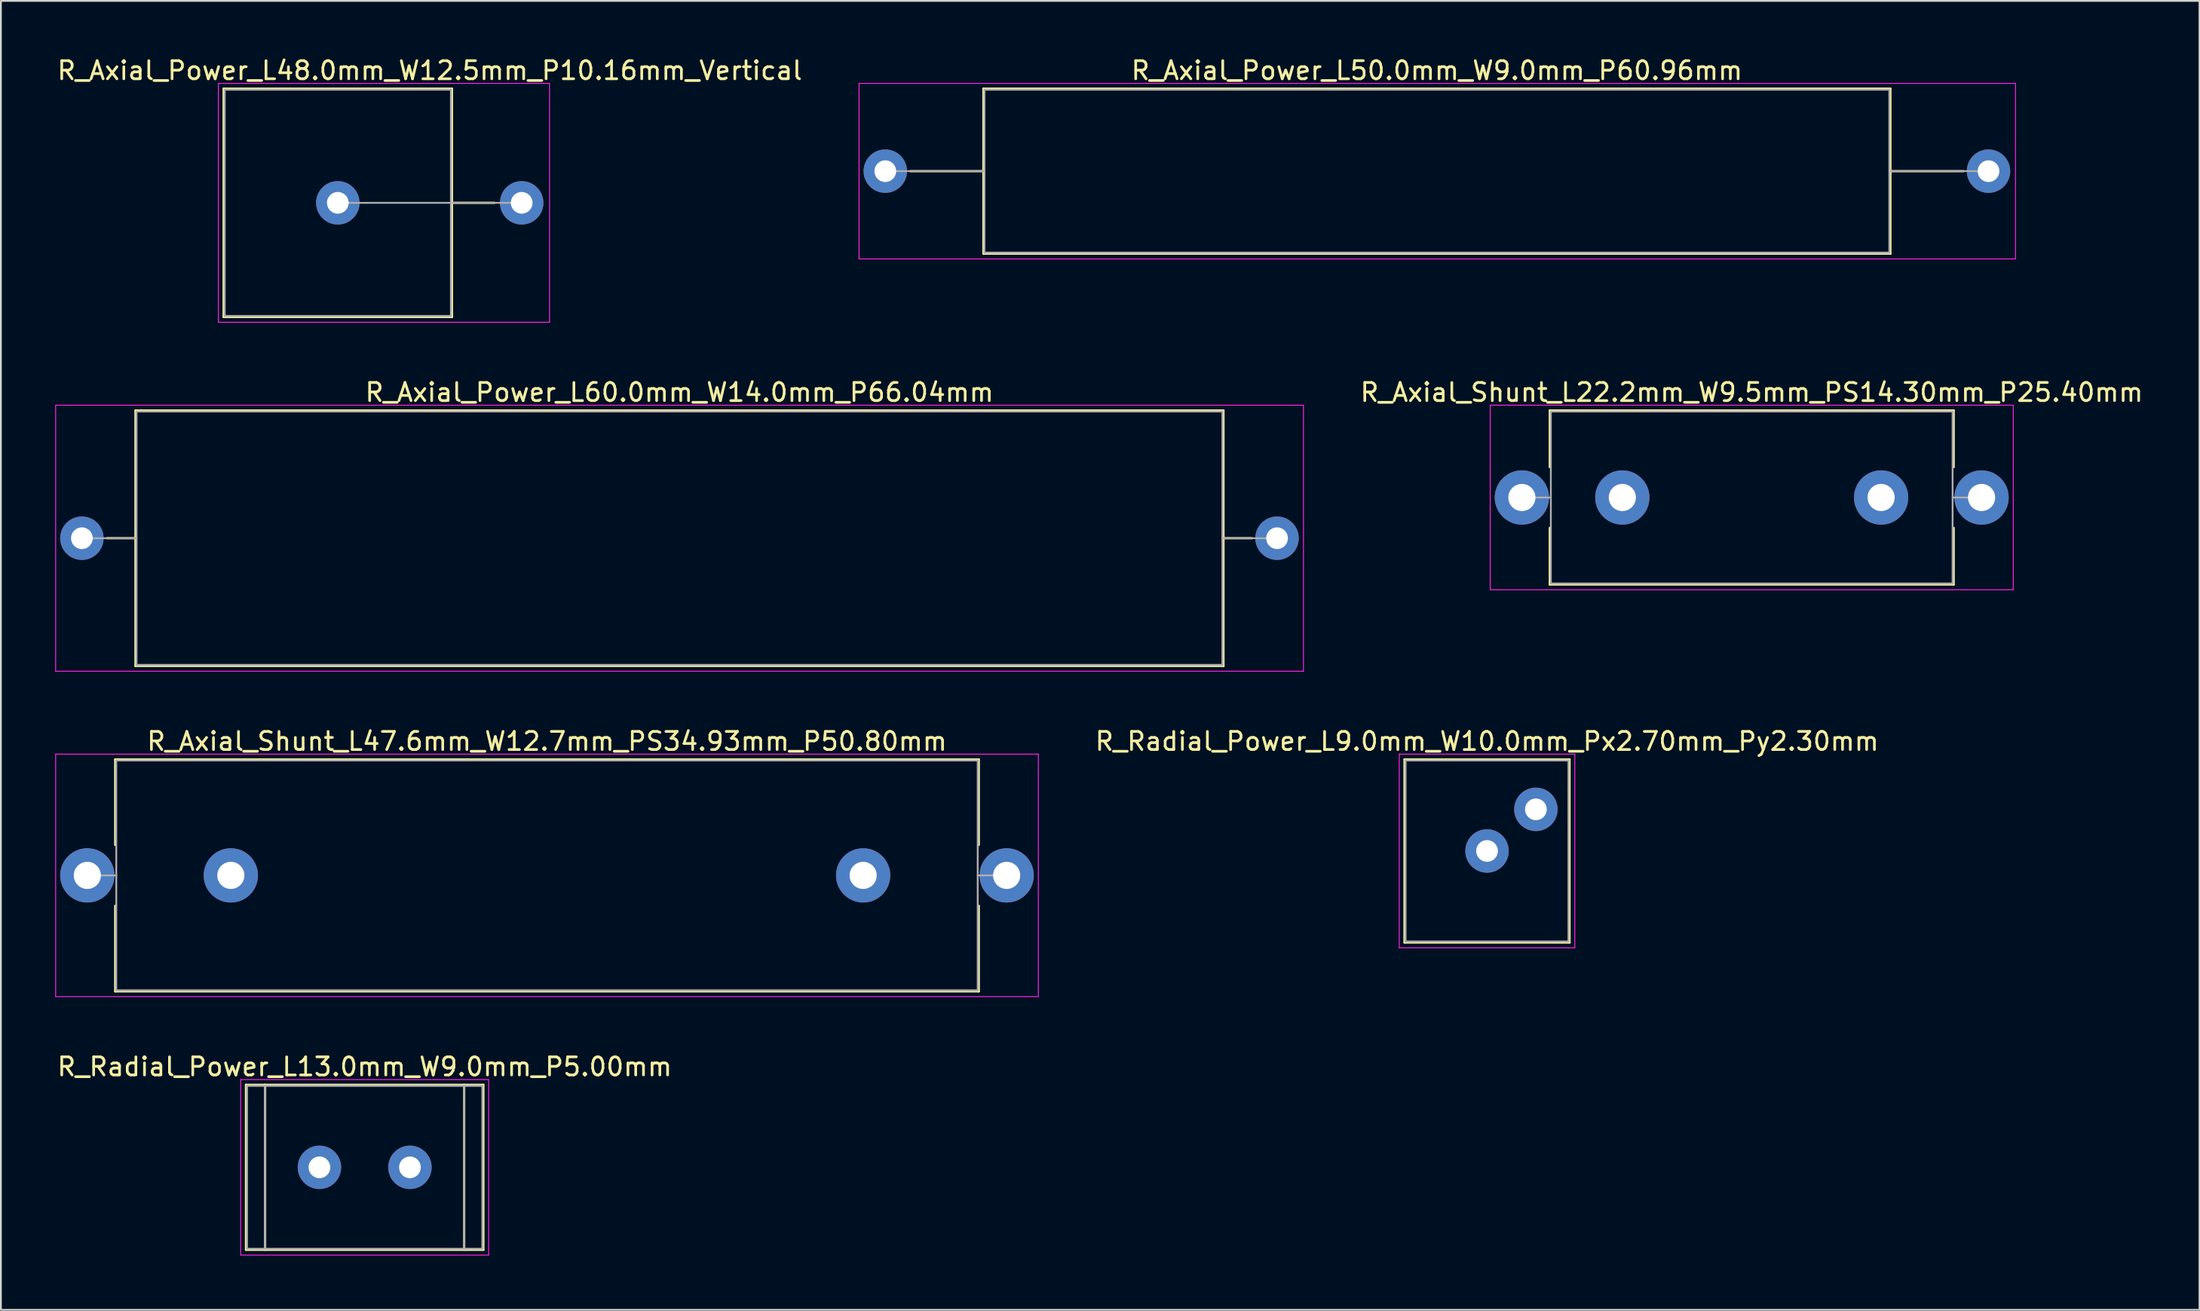
<source format=kicad_pcb>
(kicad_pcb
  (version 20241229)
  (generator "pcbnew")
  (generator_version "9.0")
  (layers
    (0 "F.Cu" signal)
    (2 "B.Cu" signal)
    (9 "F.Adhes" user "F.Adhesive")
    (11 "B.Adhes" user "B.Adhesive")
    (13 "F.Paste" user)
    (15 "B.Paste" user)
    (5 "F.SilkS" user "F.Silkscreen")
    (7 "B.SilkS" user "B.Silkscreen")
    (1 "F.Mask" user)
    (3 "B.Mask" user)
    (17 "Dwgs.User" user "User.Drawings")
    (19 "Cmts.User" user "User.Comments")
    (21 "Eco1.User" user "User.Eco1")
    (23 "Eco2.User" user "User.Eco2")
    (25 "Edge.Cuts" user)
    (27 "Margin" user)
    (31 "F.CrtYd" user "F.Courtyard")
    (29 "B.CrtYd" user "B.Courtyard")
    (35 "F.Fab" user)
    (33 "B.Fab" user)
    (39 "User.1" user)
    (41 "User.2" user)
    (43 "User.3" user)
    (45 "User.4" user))
  (footprint "R_Axial_Power_L48.0mm_W12.5mm_P10.16mm_Vertical"
    (layer "F.Cu")
    (at 15.616 8.158)
    (property "Reference" "R_Axial_Power_L48.0mm_W12.5mm_P10.16mm_Vertical" (at 5.08 -7.31 0) (layer "F.SilkS") (effects (font (size 1 1) (thickness 0.15))))
    (attr through_hole)
    (fp_line (start -6.31 -6.31) (end -6.31 6.31) (stroke (width 0.12) (type solid)) (layer "F.SilkS"))
    (fp_line (start -6.31 6.31) (end 6.31 6.31) (stroke (width 0.12) (type solid)) (layer "F.SilkS"))
    (fp_line (start 6.31 -6.31) (end -6.31 -6.31) (stroke (width 0.12) (type solid)) (layer "F.SilkS"))
    (fp_line (start 6.31 0) (end 8.66 0) (stroke (width 0.12) (type solid)) (layer "F.SilkS"))
    (fp_line (start 6.31 6.31) (end 6.31 -6.31) (stroke (width 0.12) (type solid)) (layer "F.SilkS"))
    (fp_line (start -6.6 -6.6) (end -6.6 6.6) (stroke (width 0.05) (type solid)) (layer "F.CrtYd"))
    (fp_line (start -6.6 6.6) (end 11.7 6.6) (stroke (width 0.05) (type solid)) (layer "F.CrtYd"))
    (fp_line (start 11.7 -6.6) (end -6.6 -6.6) (stroke (width 0.05) (type solid)) (layer "F.CrtYd"))
    (fp_line (start 11.7 6.6) (end 11.7 -6.6) (stroke (width 0.05) (type solid)) (layer "F.CrtYd"))
    (fp_line (start -6.25 -6.25) (end -6.25 6.25) (stroke (width 0.1) (type solid)) (layer "F.Fab"))
    (fp_line (start -6.25 6.25) (end 6.25 6.25) (stroke (width 0.1) (type solid)) (layer "F.Fab"))
    (fp_line (start 0 0) (end 10.16 0) (stroke (width 0.1) (type solid)) (layer "F.Fab"))
    (fp_line (start 6.25 -6.25) (end -6.25 -6.25) (stroke (width 0.1) (type solid)) (layer "F.Fab"))
    (fp_line (start 6.25 6.25) (end 6.25 -6.25) (stroke (width 0.1) (type solid)) (layer "F.Fab"))
    (pad "1" thru_hole circle (at 0 0) (size 2.4 2.4) (drill 1.2) (layers "*.Cu" "*.Mask"))
    (pad "2" thru_hole oval (at 10.16 0) (size 2.4 2.4) (drill 1.2) (layers "*.Cu" "*.Mask")))
  (footprint "R_Axial_Shunt_L22.2mm_W9.5mm_PS14.30mm_P25.40mm"
    (layer "F.Cu")
    (at 81.044 24.442)
    (property "Reference" "R_Axial_Shunt_L22.2mm_W9.5mm_PS14.30mm_P25.40mm" (at 12.7 -5.81 0) (layer "F.SilkS") (effects (font (size 1 1) (thickness 0.15))))
    (attr through_hole)
    (fp_line (start 1.54 -4.81) (end 23.86 -4.81) (stroke (width 0.12) (type solid)) (layer "F.SilkS"))
    (fp_line (start 1.54 -1.68) (end 1.54 -4.81) (stroke (width 0.12) (type solid)) (layer "F.SilkS"))
    (fp_line (start 1.54 1.68) (end 1.54 4.81) (stroke (width 0.12) (type solid)) (layer "F.SilkS"))
    (fp_line (start 1.54 4.81) (end 23.86 4.81) (stroke (width 0.12) (type solid)) (layer "F.SilkS"))
    (fp_line (start 23.86 -4.81) (end 23.86 -1.68) (stroke (width 0.12) (type solid)) (layer "F.SilkS"))
    (fp_line (start 23.86 4.81) (end 23.86 1.68) (stroke (width 0.12) (type solid)) (layer "F.SilkS"))
    (fp_line (start -1.75 -5.1) (end -1.75 5.1) (stroke (width 0.05) (type solid)) (layer "F.CrtYd"))
    (fp_line (start -1.75 5.1) (end 27.15 5.1) (stroke (width 0.05) (type solid)) (layer "F.CrtYd"))
    (fp_line (start 27.15 -5.1) (end -1.75 -5.1) (stroke (width 0.05) (type solid)) (layer "F.CrtYd"))
    (fp_line (start 27.15 5.1) (end 27.15 -5.1) (stroke (width 0.05) (type solid)) (layer "F.CrtYd"))
    (fp_line (start 0 0) (end 1.6 0) (stroke (width 0.1) (type solid)) (layer "F.Fab"))
    (fp_line (start 1.6 -4.75) (end 1.6 4.75) (stroke (width 0.1) (type solid)) (layer "F.Fab"))
    (fp_line (start 1.6 4.75) (end 23.8 4.75) (stroke (width 0.1) (type solid)) (layer "F.Fab"))
    (fp_line (start 23.8 -4.75) (end 1.6 -4.75) (stroke (width 0.1) (type solid)) (layer "F.Fab"))
    (fp_line (start 23.8 4.75) (end 23.8 -4.75) (stroke (width 0.1) (type solid)) (layer "F.Fab"))
    (fp_line (start 25.4 0) (end 23.8 0) (stroke (width 0.1) (type solid)) (layer "F.Fab"))
    (pad "1" thru_hole circle (at 0 0) (size 3 3) (drill 1.5) (layers "*.Cu" "*.Mask"))
    (pad "2" thru_hole oval (at 5.55 0) (size 3 3) (drill 1.5) (layers "*.Cu" "*.Mask"))
    (pad "3" thru_hole oval (at 19.85 0) (size 3 3) (drill 1.5) (layers "*.Cu" "*.Mask"))
    (pad "4" thru_hole oval (at 25.4 0) (size 3 3) (drill 1.5) (layers "*.Cu" "*.Mask")))
  (footprint "R_Radial_Power_L9.0mm_W10.0mm_Px2.70mm_Py2.30mm"
    (layer "F.Cu")
    (at 79.118 43.975)
    (property "Reference" "R_Radial_Power_L9.0mm_W10.0mm_Px2.70mm_Py2.30mm" (at 0 -6.06 0) (layer "F.SilkS") (effects (font (size 1 1) (thickness 0.15))))
    (attr through_hole)
    (fp_line (start -4.56 -5.06) (end -4.56 5.06) (stroke (width 0.12) (type solid)) (layer "F.SilkS"))
    (fp_line (start -4.56 -5.06) (end 4.56 -5.06) (stroke (width 0.12) (type solid)) (layer "F.SilkS"))
    (fp_line (start -4.56 5.06) (end 4.56 5.06) (stroke (width 0.12) (type solid)) (layer "F.SilkS"))
    (fp_line (start 4.56 -5.06) (end 4.56 5.06) (stroke (width 0.12) (type solid)) (layer "F.SilkS"))
    (fp_line (start -4.85 -5.35) (end -4.85 5.35) (stroke (width 0.05) (type solid)) (layer "F.CrtYd"))
    (fp_line (start -4.85 5.35) (end 4.85 5.35) (stroke (width 0.05) (type solid)) (layer "F.CrtYd"))
    (fp_line (start 4.85 -5.35) (end -4.85 -5.35) (stroke (width 0.05) (type solid)) (layer "F.CrtYd"))
    (fp_line (start 4.85 5.35) (end 4.85 -5.35) (stroke (width 0.05) (type solid)) (layer "F.CrtYd"))
    (fp_line (start -4.5 -5) (end -4.5 5) (stroke (width 0.1) (type solid)) (layer "F.Fab"))
    (fp_line (start -4.5 5) (end 4.5 5) (stroke (width 0.1) (type solid)) (layer "F.Fab"))
    (fp_line (start 4.5 -5) (end -4.5 -5) (stroke (width 0.1) (type solid)) (layer "F.Fab"))
    (fp_line (start 4.5 5) (end 4.5 -5) (stroke (width 0.1) (type solid)) (layer "F.Fab"))
    (pad "1" thru_hole circle (at 0 0) (size 2.4 2.4) (drill 1.2) (layers "*.Cu" "*.Mask"))
    (pad "2" thru_hole circle (at 2.7 -2.3) (size 2.4 2.4) (drill 1.2) (layers "*.Cu" "*.Mask")))
  (footprint "R_Axial_Power_L60.0mm_W14.0mm_P66.04mm"
    (layer "F.Cu")
    (at 1.475 26.692)
    (property "Reference" "R_Axial_Power_L60.0mm_W14.0mm_P66.04mm" (at 33.02 -8.06 0) (layer "F.SilkS") (effects (font (size 1 1) (thickness 0.15))))
    (attr through_hole)
    (fp_line (start 1.38 0) (end 2.96 0) (stroke (width 0.12) (type solid)) (layer "F.SilkS"))
    (fp_line (start 2.96 -7.06) (end 2.96 7.06) (stroke (width 0.12) (type solid)) (layer "F.SilkS"))
    (fp_line (start 2.96 7.06) (end 63.08 7.06) (stroke (width 0.12) (type solid)) (layer "F.SilkS"))
    (fp_line (start 63.08 -7.06) (end 2.96 -7.06) (stroke (width 0.12) (type solid)) (layer "F.SilkS"))
    (fp_line (start 63.08 7.06) (end 63.08 -7.06) (stroke (width 0.12) (type solid)) (layer "F.SilkS"))
    (fp_line (start 64.66 0) (end 63.08 0) (stroke (width 0.12) (type solid)) (layer "F.SilkS"))
    (fp_line (start -1.45 -7.35) (end -1.45 7.35) (stroke (width 0.05) (type solid)) (layer "F.CrtYd"))
    (fp_line (start -1.45 7.35) (end 67.5 7.35) (stroke (width 0.05) (type solid)) (layer "F.CrtYd"))
    (fp_line (start 67.5 -7.35) (end -1.45 -7.35) (stroke (width 0.05) (type solid)) (layer "F.CrtYd"))
    (fp_line (start 67.5 7.35) (end 67.5 -7.35) (stroke (width 0.05) (type solid)) (layer "F.CrtYd"))
    (fp_line (start 0 0) (end 3.02 0) (stroke (width 0.1) (type solid)) (layer "F.Fab"))
    (fp_line (start 3.02 -7) (end 3.02 7) (stroke (width 0.1) (type solid)) (layer "F.Fab"))
    (fp_line (start 3.02 7) (end 63.02 7) (stroke (width 0.1) (type solid)) (layer "F.Fab"))
    (fp_line (start 63.02 -7) (end 3.02 -7) (stroke (width 0.1) (type solid)) (layer "F.Fab"))
    (fp_line (start 63.02 7) (end 63.02 -7) (stroke (width 0.1) (type solid)) (layer "F.Fab"))
    (fp_line (start 66.04 0) (end 63.02 0) (stroke (width 0.1) (type solid)) (layer "F.Fab"))
    (pad "1" thru_hole circle (at 0 0) (size 2.4 2.4) (drill 1.2) (layers "*.Cu" "*.Mask"))
    (pad "2" thru_hole oval (at 66.04 0) (size 2.4 2.4) (drill 1.2) (layers "*.Cu" "*.Mask")))
  (footprint "R_Axial_Shunt_L47.6mm_W12.7mm_PS34.93mm_P50.80mm"
    (layer "F.Cu")
    (at 1.775 45.325)
    (property "Reference" "R_Axial_Shunt_L47.6mm_W12.7mm_PS34.93mm_P50.80mm" (at 25.4 -7.41 0) (layer "F.SilkS") (effects (font (size 1 1) (thickness 0.15))))
    (attr through_hole)
    (fp_line (start 1.54 -6.41) (end 49.26 -6.41) (stroke (width 0.12) (type solid)) (layer "F.SilkS"))
    (fp_line (start 1.54 -1.68) (end 1.54 -6.41) (stroke (width 0.12) (type solid)) (layer "F.SilkS"))
    (fp_line (start 1.54 1.68) (end 1.54 6.41) (stroke (width 0.12) (type solid)) (layer "F.SilkS"))
    (fp_line (start 1.54 6.41) (end 49.26 6.41) (stroke (width 0.12) (type solid)) (layer "F.SilkS"))
    (fp_line (start 49.26 -6.41) (end 49.26 -1.68) (stroke (width 0.12) (type solid)) (layer "F.SilkS"))
    (fp_line (start 49.26 6.41) (end 49.26 1.68) (stroke (width 0.12) (type solid)) (layer "F.SilkS"))
    (fp_line (start -1.75 -6.7) (end -1.75 6.7) (stroke (width 0.05) (type solid)) (layer "F.CrtYd"))
    (fp_line (start -1.75 6.7) (end 52.55 6.7) (stroke (width 0.05) (type solid)) (layer "F.CrtYd"))
    (fp_line (start 52.55 -6.7) (end -1.75 -6.7) (stroke (width 0.05) (type solid)) (layer "F.CrtYd"))
    (fp_line (start 52.55 6.7) (end 52.55 -6.7) (stroke (width 0.05) (type solid)) (layer "F.CrtYd"))
    (fp_line (start 0 0) (end 1.6 0) (stroke (width 0.1) (type solid)) (layer "F.Fab"))
    (fp_line (start 1.6 -6.35) (end 1.6 6.35) (stroke (width 0.1) (type solid)) (layer "F.Fab"))
    (fp_line (start 1.6 6.35) (end 49.2 6.35) (stroke (width 0.1) (type solid)) (layer "F.Fab"))
    (fp_line (start 49.2 -6.35) (end 1.6 -6.35) (stroke (width 0.1) (type solid)) (layer "F.Fab"))
    (fp_line (start 49.2 6.35) (end 49.2 -6.35) (stroke (width 0.1) (type solid)) (layer "F.Fab"))
    (fp_line (start 50.8 0) (end 49.2 0) (stroke (width 0.1) (type solid)) (layer "F.Fab"))
    (pad "1" thru_hole circle (at 0 0) (size 3 3) (drill 1.5) (layers "*.Cu" "*.Mask"))
    (pad "2" thru_hole oval (at 7.93 0) (size 3 3) (drill 1.5) (layers "*.Cu" "*.Mask"))
    (pad "3" thru_hole oval (at 42.87 0) (size 3 3) (drill 1.5) (layers "*.Cu" "*.Mask"))
    (pad "4" thru_hole oval (at 50.8 0) (size 3 3) (drill 1.5) (layers "*.Cu" "*.Mask")))
  (footprint "R_Radial_Power_L13.0mm_W9.0mm_P5.00mm"
    (layer "F.Cu")
    (at 14.601 61.458)
    (property "Reference" "R_Radial_Power_L13.0mm_W9.0mm_P5.00mm" (at 2.5 -5.56 0) (layer "F.SilkS") (effects (font (size 1 1) (thickness 0.15))))
    (attr through_hole)
    (fp_line (start -4.06 -4.56) (end -4.06 4.56) (stroke (width 0.12) (type solid)) (layer "F.SilkS"))
    (fp_line (start -4.06 -4.56) (end 9.06 -4.56) (stroke (width 0.12) (type solid)) (layer "F.SilkS"))
    (fp_line (start -4.06 4.56) (end 9.06 4.56) (stroke (width 0.12) (type solid)) (layer "F.SilkS"))
    (fp_line (start -3 -4.56) (end -3 4.56) (stroke (width 0.12) (type solid)) (layer "F.SilkS"))
    (fp_line (start 8 -4.56) (end 8 4.56) (stroke (width 0.12) (type solid)) (layer "F.SilkS"))
    (fp_line (start 9.06 -4.56) (end 9.06 4.56) (stroke (width 0.12) (type solid)) (layer "F.SilkS"))
    (fp_line (start -4.35 -4.85) (end -4.35 4.85) (stroke (width 0.05) (type solid)) (layer "F.CrtYd"))
    (fp_line (start -4.35 4.85) (end 9.35 4.85) (stroke (width 0.05) (type solid)) (layer "F.CrtYd"))
    (fp_line (start 9.35 -4.85) (end -4.35 -4.85) (stroke (width 0.05) (type solid)) (layer "F.CrtYd"))
    (fp_line (start 9.35 4.85) (end 9.35 -4.85) (stroke (width 0.05) (type solid)) (layer "F.CrtYd"))
    (fp_line (start -4 -4.5) (end -4 4.5) (stroke (width 0.1) (type solid)) (layer "F.Fab"))
    (fp_line (start -4 4.5) (end 9 4.5) (stroke (width 0.1) (type solid)) (layer "F.Fab"))
    (fp_line (start -3 -4.5) (end -3 4.5) (stroke (width 0.1) (type solid)) (layer "F.Fab"))
    (fp_line (start 8 -4.5) (end 8 4.5) (stroke (width 0.1) (type solid)) (layer "F.Fab"))
    (fp_line (start 9 -4.5) (end -4 -4.5) (stroke (width 0.1) (type solid)) (layer "F.Fab"))
    (fp_line (start 9 4.5) (end 9 -4.5) (stroke (width 0.1) (type solid)) (layer "F.Fab"))
    (pad "1" thru_hole circle (at 0 0) (size 2.4 2.4) (drill 1.2) (layers "*.Cu" "*.Mask"))
    (pad "2" thru_hole circle (at 5 0) (size 2.4 2.4) (drill 1.2) (layers "*.Cu" "*.Mask")))
  (footprint "R_Axial_Power_L50.0mm_W9.0mm_P60.96mm"
    (layer "F.Cu")
    (at 45.868 6.408)
    (property "Reference" "R_Axial_Power_L50.0mm_W9.0mm_P60.96mm" (at 30.48 -5.56 0) (layer "F.SilkS") (effects (font (size 1 1) (thickness 0.15))))
    (attr through_hole)
    (fp_line (start 1.38 0) (end 5.42 0) (stroke (width 0.12) (type solid)) (layer "F.SilkS"))
    (fp_line (start 5.42 -4.56) (end 5.42 4.56) (stroke (width 0.12) (type solid)) (layer "F.SilkS"))
    (fp_line (start 5.42 4.56) (end 55.54 4.56) (stroke (width 0.12) (type solid)) (layer "F.SilkS"))
    (fp_line (start 55.54 -4.56) (end 5.42 -4.56) (stroke (width 0.12) (type solid)) (layer "F.SilkS"))
    (fp_line (start 55.54 4.56) (end 55.54 -4.56) (stroke (width 0.12) (type solid)) (layer "F.SilkS"))
    (fp_line (start 59.58 0) (end 55.54 0) (stroke (width 0.12) (type solid)) (layer "F.SilkS"))
    (fp_line (start -1.45 -4.85) (end -1.45 4.85) (stroke (width 0.05) (type solid)) (layer "F.CrtYd"))
    (fp_line (start -1.45 4.85) (end 62.45 4.85) (stroke (width 0.05) (type solid)) (layer "F.CrtYd"))
    (fp_line (start 62.45 -4.85) (end -1.45 -4.85) (stroke (width 0.05) (type solid)) (layer "F.CrtYd"))
    (fp_line (start 62.45 4.85) (end 62.45 -4.85) (stroke (width 0.05) (type solid)) (layer "F.CrtYd"))
    (fp_line (start 0 0) (end 5.48 0) (stroke (width 0.1) (type solid)) (layer "F.Fab"))
    (fp_line (start 5.48 -4.5) (end 5.48 4.5) (stroke (width 0.1) (type solid)) (layer "F.Fab"))
    (fp_line (start 5.48 4.5) (end 55.48 4.5) (stroke (width 0.1) (type solid)) (layer "F.Fab"))
    (fp_line (start 55.48 -4.5) (end 5.48 -4.5) (stroke (width 0.1) (type solid)) (layer "F.Fab"))
    (fp_line (start 55.48 4.5) (end 55.48 -4.5) (stroke (width 0.1) (type solid)) (layer "F.Fab"))
    (fp_line (start 60.96 0) (end 55.48 0) (stroke (width 0.1) (type solid)) (layer "F.Fab"))
    (pad "1" thru_hole circle (at 0 0) (size 2.4 2.4) (drill 1.2) (layers "*.Cu" "*.Mask"))
    (pad "2" thru_hole oval (at 60.96 0) (size 2.4 2.4) (drill 1.2) (layers "*.Cu" "*.Mask")))
  (gr_rect
    (start -3 -3)
    (end 118.488 69.333)
    (stroke (width 0.1) (type default))
    (fill no)
    (layer "Edge.Cuts")))
</source>
